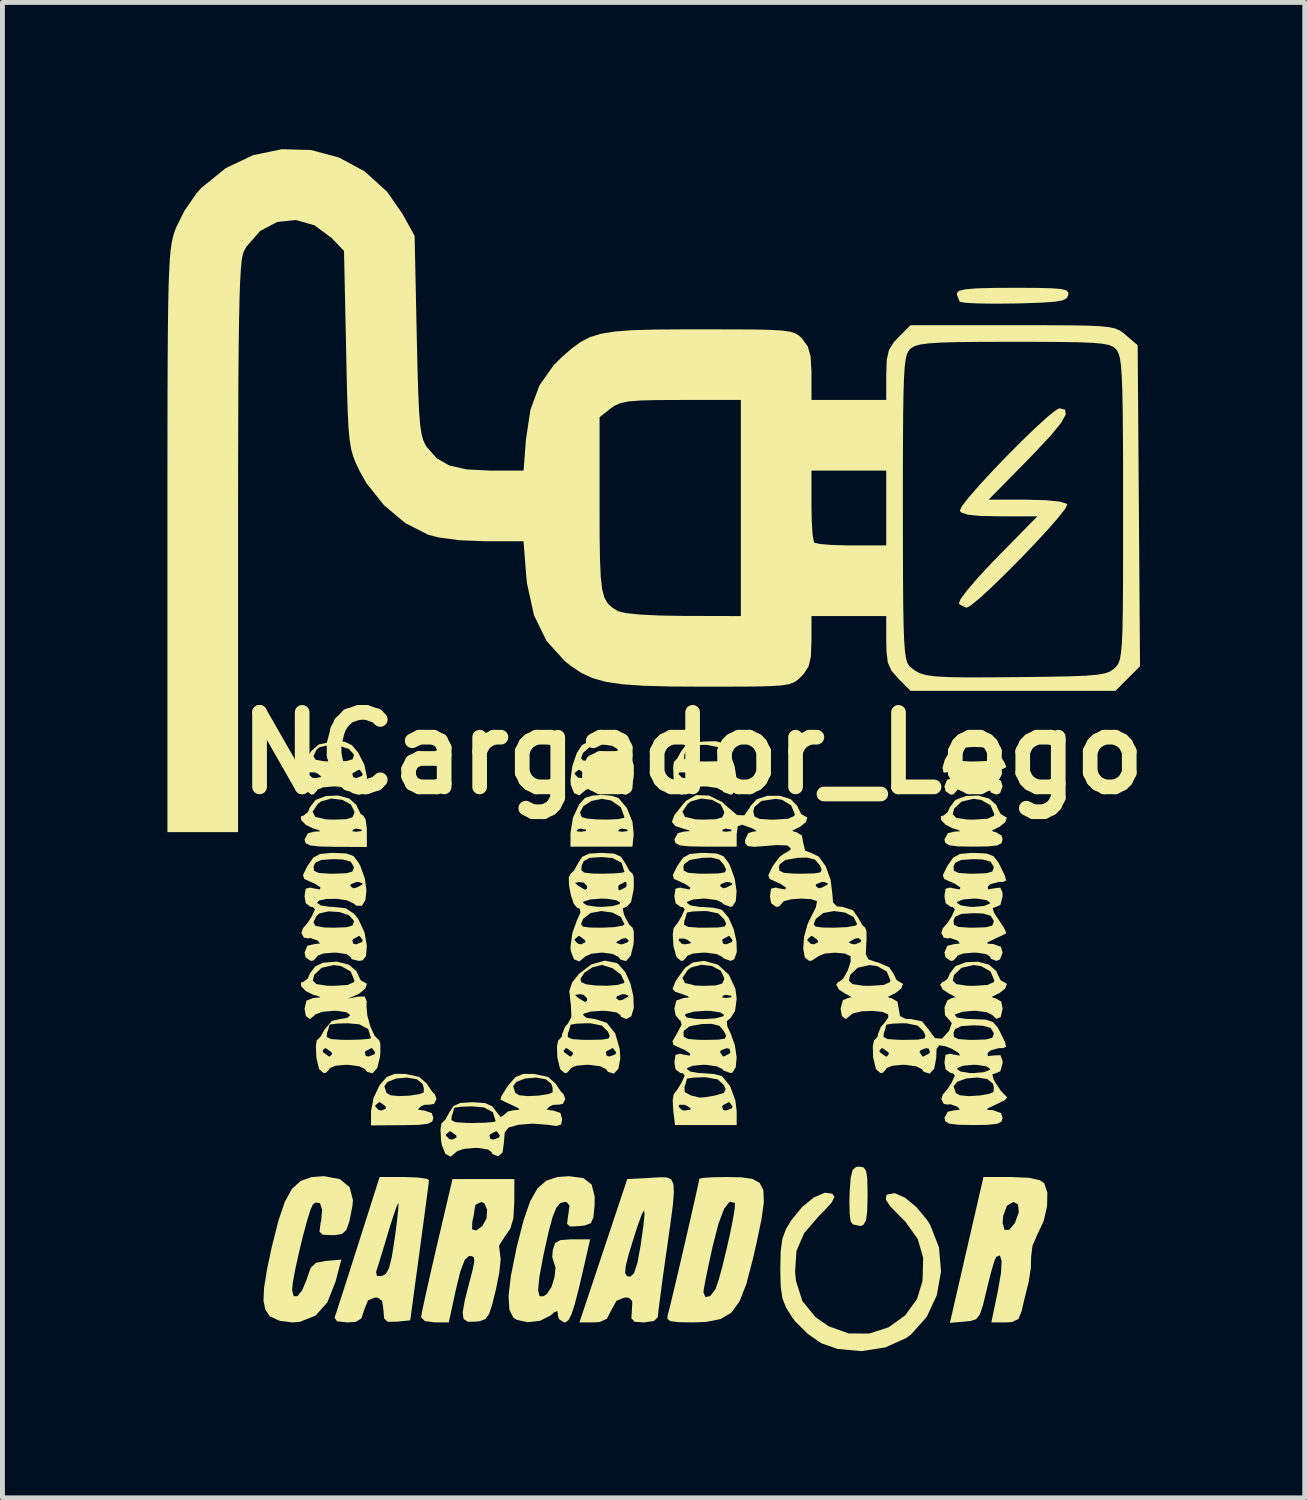
<source format=kicad_pcb>
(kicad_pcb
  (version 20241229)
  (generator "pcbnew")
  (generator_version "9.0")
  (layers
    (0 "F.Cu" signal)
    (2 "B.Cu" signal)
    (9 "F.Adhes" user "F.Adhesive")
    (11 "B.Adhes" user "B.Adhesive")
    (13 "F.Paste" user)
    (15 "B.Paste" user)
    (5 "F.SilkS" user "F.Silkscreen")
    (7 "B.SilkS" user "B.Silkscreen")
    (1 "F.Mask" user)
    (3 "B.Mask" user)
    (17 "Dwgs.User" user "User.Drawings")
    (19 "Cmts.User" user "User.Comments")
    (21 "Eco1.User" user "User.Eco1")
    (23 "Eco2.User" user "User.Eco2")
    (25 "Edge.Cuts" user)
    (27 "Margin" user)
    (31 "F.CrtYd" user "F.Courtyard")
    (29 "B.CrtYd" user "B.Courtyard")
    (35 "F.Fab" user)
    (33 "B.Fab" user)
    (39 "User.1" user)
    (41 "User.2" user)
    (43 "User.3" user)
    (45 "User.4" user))
  (footprint "UNCargador_Logo"
    (layer "F.Cu")
    (at 10.312 12.348)
    (property "Reference" "UNCargador_Logo" (at 0 0 0) (layer "F.SilkS") (effects (font (size 1.524 1.524) (thickness 0.3))))
    (attr board_only exclude_from_pos_files exclude_from_bom)
    (fp_poly (pts (xy 4.294 8.469) (xy 4.346 8.541) (xy 4.369 8.706) (xy 4.375 9.001) (xy 4.375 9.046) (xy 4.368 9.365) (xy 4.343 9.552) (xy 4.29 9.642) (xy 4.226 9.668) (xy 4.077 9.635) (xy 4.03 9.575) (xy 4.009 9.427) (xy 4.003 9.174) (xy 4.009 8.953) (xy 4.031 8.67) (xy 4.07 8.519) (xy 4.14 8.46) (xy 4.205 8.453)) (stroke (width 0) (type solid)) (fill yes) (layer "F.SilkS"))
    (fp_poly (pts (xy 7.818 -9.513) (xy 8.136 -9.505) (xy 8.336 -9.489) (xy 8.442 -9.46) (xy 8.48 -9.415) (xy 8.479 -9.366) (xy 8.449 -9.303) (xy 8.368 -9.259) (xy 8.21 -9.23) (xy 7.946 -9.211) (xy 7.548 -9.197) (xy 7.385 -9.193) (xy 6.975 -9.189) (xy 6.629 -9.194) (xy 6.38 -9.207) (xy 6.263 -9.227) (xy 6.26 -9.229) (xy 6.205 -9.36) (xy 6.201 -9.401) (xy 6.237 -9.449) (xy 6.359 -9.481) (xy 6.59 -9.502) (xy 6.95 -9.512) (xy 7.354 -9.514)) (stroke (width 0) (type solid)) (fill yes) (layer "F.SilkS"))
    (fp_poly (pts (xy 8.415 -7.021) (xy 8.427 -6.925) (xy 8.331 -6.752) (xy 8.119 -6.492) (xy 7.785 -6.135) (xy 7.68 -6.027) (xy 6.849 -5.182) (xy 7.625 -5.182) (xy 8.023 -5.172) (xy 8.306 -5.143) (xy 8.449 -5.098) (xy 8.458 -5.088) (xy 8.42 -5.002) (xy 8.281 -4.824) (xy 8.066 -4.577) (xy 7.798 -4.287) (xy 7.501 -3.977) (xy 7.197 -3.671) (xy 6.911 -3.393) (xy 6.667 -3.169) (xy 6.486 -3.021) (xy 6.399 -2.973) (xy 6.262 -3.036) (xy 6.241 -3.062) (xy 6.278 -3.152) (xy 6.415 -3.336) (xy 6.634 -3.59) (xy 6.914 -3.891) (xy 7.017 -3.997) (xy 7.847 -4.842) (xy 7.076 -4.842) (xy 6.676 -4.85) (xy 6.422 -4.875) (xy 6.29 -4.921) (xy 6.26 -4.957) (xy 6.304 -5.05) (xy 6.447 -5.234) (xy 6.666 -5.485) (xy 6.937 -5.778) (xy 7.236 -6.089) (xy 7.539 -6.393) (xy 7.821 -6.665) (xy 8.06 -6.882) (xy 8.231 -7.017) (xy 8.3 -7.051)) (stroke (width 0) (type solid)) (fill yes) (layer "F.SilkS"))
    (fp_poly (pts (xy -0.85 0.872) (xy -0.72 0.915) (xy -0.547 1.12) (xy -0.431 1.406) (xy -0.407 1.657) (xy -0.432 1.911) (xy -1.699 1.911) (xy -1.699 1.634) (xy -1.693 1.594) (xy -1.577 1.594) (xy -1.494 1.607) (xy -1.398 1.594) (xy -0.728 1.594) (xy -0.644 1.607) (xy -0.534 1.592) (xy -0.533 1.563) (xy -0.646 1.542) (xy -0.696 1.556) (xy -0.728 1.594) (xy -1.398 1.594) (xy -1.384 1.592) (xy -1.382 1.563) (xy -1.496 1.542) (xy -1.545 1.556) (xy -1.577 1.594) (xy -1.693 1.594) (xy -1.649 1.321) (xy -1.598 1.211) (xy -1.505 1.211) (xy -1.469 1.306) (xy -1.365 1.336) (xy -1.165 1.354) (xy -0.932 1.358) (xy -0.725 1.348) (xy -0.605 1.323) (xy -0.595 1.311) (xy -0.67 1.104) (xy -0.867 0.968) (xy -1.062 0.934) (xy -1.273 0.978) (xy -1.434 1.082) (xy -1.505 1.211) (xy -1.598 1.211) (xy -1.521 1.045) (xy -1.402 0.915) (xy -1.261 0.869) (xy -1.062 0.852)) (stroke (width 0) (type solid)) (fill yes) (layer "F.SilkS"))
    (fp_poly (pts (xy 0.269 8.673) (xy 0.359 8.712) (xy 0.406 8.81) (xy 0.415 8.988) (xy 0.391 9.268) (xy 0.337 9.672) (xy 0.259 10.222) (xy 0.256 10.239) (xy 0.195 10.675) (xy 0.144 11.055) (xy 0.106 11.344) (xy 0.088 11.51) (xy 0.086 11.532) (xy 0.009 11.608) (xy -0.193 11.638) (xy -0.198 11.638) (xy -0.388 11.625) (xy -0.454 11.554) (xy -0.443 11.383) (xy -0.435 11.203) (xy -0.505 11.135) (xy -0.589 11.128) (xy -0.758 11.196) (xy -0.862 11.383) (xy -0.955 11.564) (xy -1.104 11.631) (xy -1.234 11.638) (xy -1.516 11.638) (xy -1.178 10.626) (xy -0.582 10.626) (xy -0.546 10.69) (xy -0.478 10.704) (xy -0.399 10.632) (xy -0.328 10.411) (xy -0.265 10.063) (xy -0.208 9.661) (xy -0.184 9.422) (xy -0.194 9.344) (xy -0.24 9.424) (xy -0.324 9.658) (xy -0.388 9.854) (xy -0.506 10.235) (xy -0.569 10.483) (xy -0.582 10.626) (xy -1.178 10.626) (xy -1.027 10.173) (xy -0.538 8.707) (xy -0.057 8.682) (xy 0.132 8.67)) (stroke (width 0) (type solid)) (fill yes) (layer "F.SilkS"))
    (fp_poly (pts (xy 7.676 8.681) (xy 7.899 8.732) (xy 7.986 8.793) (xy 8.051 8.982) (xy 8.045 9.26) (xy 7.976 9.563) (xy 7.852 9.83) (xy 7.848 9.836) (xy 7.746 10.071) (xy 7.719 10.292) (xy 7.713 10.526) (xy 7.669 10.806) (xy 7.66 10.844) (xy 7.59 11.126) (xy 7.53 11.381) (xy 7.525 11.405) (xy 7.46 11.568) (xy 7.327 11.631) (xy 7.189 11.638) (xy 6.905 11.638) (xy 7.037 11.004) (xy 7.102 10.63) (xy 7.116 10.381) (xy 7.08 10.268) (xy 7.003 10.299) (xy 6.962 10.399) (xy 6.897 10.621) (xy 6.822 10.919) (xy 6.81 10.971) (xy 6.734 11.288) (xy 6.671 11.476) (xy 6.596 11.571) (xy 6.485 11.608) (xy 6.362 11.621) (xy 6.058 11.647) (xy 6.401 10.156) (xy 6.528 9.606) (xy 7.136 9.606) (xy 7.176 9.747) (xy 7.273 9.745) (xy 7.388 9.605) (xy 7.467 9.383) (xy 7.45 9.226) (xy 7.357 9.175) (xy 7.225 9.251) (xy 7.148 9.456) (xy 7.136 9.606) (xy 6.528 9.606) (xy 6.744 8.665) (xy 7.312 8.665)) (stroke (width 0) (type solid)) (fill yes) (layer "F.SilkS"))
    (fp_poly (pts (xy 6.861 0.928) (xy 7.009 1.06) (xy 7.027 1.108) (xy 7.095 1.244) (xy 7.146 1.274) (xy 7.223 1.317) (xy 7.189 1.413) (xy 7.066 1.51) (xy 7.03 1.526) (xy 6.914 1.584) (xy 6.955 1.607) (xy 6.987 1.609) (xy 7.113 1.683) (xy 7.136 1.763) (xy 7.113 1.842) (xy 7.021 1.887) (xy 6.825 1.907) (xy 6.541 1.911) (xy 6.226 1.906) (xy 6.045 1.883) (xy 5.963 1.834) (xy 5.946 1.763) (xy 6.017 1.636) (xy 6.138 1.606) (xy 6.267 1.596) (xy 6.239 1.573) (xy 6.123 1.54) (xy 5.973 1.466) (xy 5.879 1.369) (xy 5.872 1.292) (xy 5.93 1.274) (xy 5.96 1.249) (xy 6.116 1.249) (xy 6.188 1.323) (xy 6.409 1.356) (xy 6.541 1.359) (xy 6.825 1.341) (xy 6.955 1.283) (xy 6.966 1.249) (xy 6.89 1.067) (xy 6.695 0.955) (xy 6.541 0.934) (xy 6.296 0.99) (xy 6.144 1.135) (xy 6.116 1.249) (xy 5.96 1.249) (xy 6.015 1.204) (xy 6.055 1.108) (xy 6.171 0.957) (xy 6.384 0.876) (xy 6.633 0.866)) (stroke (width 0) (type solid)) (fill yes) (layer "F.SilkS"))
    (fp_poly (pts (xy -6.415 8.707) (xy -6.214 8.874) (xy -6.146 9.137) (xy -6.157 9.257) (xy -6.218 9.568) (xy -6.281 9.747) (xy -6.372 9.83) (xy -6.515 9.853) (xy -6.58 9.854) (xy -6.766 9.845) (xy -6.83 9.783) (xy -6.81 9.619) (xy -6.796 9.556) (xy -6.776 9.332) (xy -6.821 9.199) (xy -6.915 9.188) (xy -6.966 9.229) (xy -7.017 9.342) (xy -7.089 9.576) (xy -7.172 9.886) (xy -7.254 10.227) (xy -7.326 10.554) (xy -7.375 10.821) (xy -7.391 10.972) (xy -7.359 11.103) (xy -7.282 11.101) (xy -7.186 10.984) (xy -7.097 10.773) (xy -7.087 10.739) (xy -7.01 10.522) (xy -6.903 10.42) (xy -6.709 10.382) (xy -6.689 10.38) (xy -6.384 10.354) (xy -6.502 10.805) (xy -6.669 11.227) (xy -6.911 11.499) (xy -7.234 11.627) (xy -7.389 11.638) (xy -7.648 11.604) (xy -7.838 11.517) (xy -7.852 11.505) (xy -7.937 11.378) (xy -7.975 11.198) (xy -7.964 10.936) (xy -7.905 10.564) (xy -7.805 10.094) (xy -7.67 9.558) (xy -7.538 9.17) (xy -7.392 8.906) (xy -7.216 8.746) (xy -6.994 8.667) (xy -6.738 8.648)) (stroke (width 0) (type solid)) (fill yes) (layer "F.SilkS"))
    (fp_poly (pts (xy -2.848 9.191) (xy -2.867 9.514) (xy -2.931 9.728) (xy -3.033 9.871) (xy -3.159 10.067) (xy -3.145 10.194) (xy -3.126 10.347) (xy -3.155 10.624) (xy -3.222 10.959) (xy -3.301 11.281) (xy -3.366 11.472) (xy -3.44 11.57) (xy -3.546 11.61) (xy -3.639 11.622) (xy -3.798 11.624) (xy -3.884 11.57) (xy -3.903 11.434) (xy -3.86 11.187) (xy -3.78 10.874) (xy -3.7 10.567) (xy -3.665 10.39) (xy -3.674 10.306) (xy -3.727 10.281) (xy -3.773 10.279) (xy -3.859 10.357) (xy -3.95 10.594) (xy -4.04 10.959) (xy -4.187 11.638) (xy -4.472 11.638) (xy -4.678 11.61) (xy -4.753 11.533) (xy -4.753 11.532) (xy -4.733 11.417) (xy -4.68 11.167) (xy -4.601 10.812) (xy -4.503 10.382) (xy -4.43 10.067) (xy -4.352 9.735) (xy -3.711 9.735) (xy -3.624 9.758) (xy -3.5 9.667) (xy -3.416 9.512) (xy -3.403 9.334) (xy -3.458 9.203) (xy -3.525 9.175) (xy -3.639 9.232) (xy -3.654 9.281) (xy -3.676 9.445) (xy -3.706 9.578) (xy -3.711 9.735) (xy -4.352 9.735) (xy -4.111 8.707) (xy -2.846 8.707)) (stroke (width 0) (type solid)) (fill yes) (layer "F.SilkS"))
    (fp_poly (pts (xy -6.222 0.928) (xy -6.074 1.06) (xy -6.055 1.108) (xy -5.988 1.244) (xy -5.937 1.274) (xy -5.889 1.349) (xy -5.863 1.536) (xy -5.862 1.596) (xy -5.862 1.918) (xy -6.499 1.915) (xy -6.828 1.908) (xy -7.021 1.886) (xy -7.112 1.842) (xy -7.136 1.766) (xy -7.136 1.763) (xy -7.065 1.636) (xy -6.945 1.606) (xy -6.815 1.596) (xy -6.818 1.594) (xy -6.164 1.594) (xy -6.081 1.607) (xy -5.971 1.592) (xy -5.969 1.563) (xy -6.083 1.542) (xy -6.132 1.556) (xy -6.164 1.594) (xy -6.818 1.594) (xy -6.843 1.573) (xy -6.96 1.54) (xy -7.109 1.466) (xy -7.204 1.369) (xy -7.21 1.292) (xy -7.153 1.274) (xy -7.067 1.204) (xy -7.064 1.196) (xy -6.971 1.196) (xy -6.918 1.301) (xy -6.705 1.353) (xy -6.541 1.359) (xy -6.285 1.35) (xy -6.158 1.311) (xy -6.118 1.226) (xy -6.116 1.198) (xy -6.189 1.048) (xy -6.366 0.954) (xy -6.588 0.928) (xy -6.795 0.984) (xy -6.864 1.036) (xy -6.971 1.196) (xy -7.064 1.196) (xy -7.027 1.108) (xy -6.911 0.957) (xy -6.699 0.876) (xy -6.449 0.866)) (stroke (width 0) (type solid)) (fill yes) (layer "F.SilkS"))
    (fp_poly (pts (xy -4.827 8.675) (xy -4.645 8.7) (xy -4.591 8.729) (xy -4.603 8.83) (xy -4.635 9.071) (xy -4.681 9.421) (xy -4.739 9.852) (xy -4.785 10.194) (xy -4.975 11.596) (xy -5.248 11.622) (xy -5.436 11.626) (xy -5.51 11.554) (xy -5.522 11.389) (xy -5.547 11.2) (xy -5.642 11.132) (xy -5.694 11.128) (xy -5.838 11.187) (xy -5.917 11.383) (xy -5.917 11.383) (xy -5.974 11.557) (xy -6.089 11.627) (xy -6.264 11.638) (xy -6.471 11.615) (xy -6.522 11.542) (xy -6.519 11.532) (xy -6.481 11.419) (xy -6.401 11.173) (xy -6.289 10.823) (xy -6.219 10.606) (xy -5.674 10.606) (xy -5.654 10.69) (xy -5.557 10.69) (xy -5.473 10.646) (xy -5.409 10.528) (xy -5.353 10.306) (xy -5.296 9.947) (xy -5.295 9.94) (xy -5.251 9.612) (xy -5.223 9.356) (xy -5.214 9.213) (xy -5.217 9.196) (xy -5.25 9.26) (xy -5.317 9.45) (xy -5.406 9.73) (xy -5.436 9.832) (xy -5.533 10.155) (xy -5.615 10.423) (xy -5.667 10.587) (xy -5.674 10.606) (xy -6.219 10.606) (xy -6.153 10.398) (xy -6.04 10.045) (xy -5.601 8.665) (xy -5.094 8.665)) (stroke (width 0) (type solid)) (fill yes) (layer "F.SilkS"))
    (fp_poly (pts (xy 1.794 8.671) (xy 2.021 8.704) (xy 2.169 8.785) (xy 2.245 8.935) (xy 2.255 9.174) (xy 2.207 9.524) (xy 2.107 10.006) (xy 2.027 10.354) (xy 1.897 10.852) (xy 1.759 11.205) (xy 1.591 11.437) (xy 1.369 11.57) (xy 1.072 11.628) (xy 0.808 11.638) (xy 0.507 11.633) (xy 0.343 11.612) (xy 0.282 11.565) (xy 0.289 11.489) (xy 0.322 11.363) (xy 0.383 11.112) (xy 0.404 11.023) (xy 1.019 11.023) (xy 1.061 11.122) (xy 1.157 11.099) (xy 1.258 10.97) (xy 1.274 10.937) (xy 1.335 10.755) (xy 1.41 10.48) (xy 1.489 10.155) (xy 1.564 9.821) (xy 1.624 9.522) (xy 1.66 9.299) (xy 1.663 9.195) (xy 1.662 9.194) (xy 1.554 9.171) (xy 1.443 9.313) (xy 1.326 9.623) (xy 1.209 10.079) (xy 1.129 10.443) (xy 1.065 10.75) (xy 1.027 10.959) (xy 1.019 11.023) (xy 0.404 11.023) (xy 0.464 10.771) (xy 0.557 10.374) (xy 0.654 9.955) (xy 0.748 9.548) (xy 0.83 9.186) (xy 0.893 8.903) (xy 0.929 8.734) (xy 0.934 8.702) (xy 1.012 8.683) (xy 1.214 8.67) (xy 1.481 8.665)) (stroke (width 0) (type solid)) (fill yes) (layer "F.SilkS"))
    (fp_poly (pts (xy -5.075 6.558) (xy -4.791 6.619) (xy -4.638 6.754) (xy -4.533 6.912) (xy -4.47 6.978) (xy -4.438 7.072) (xy -4.488 7.17) (xy -4.575 7.186) (xy -4.576 7.185) (xy -4.692 7.191) (xy -4.761 7.225) (xy -4.821 7.284) (xy -4.729 7.304) (xy -4.693 7.304) (xy -4.535 7.359) (xy -4.502 7.454) (xy -4.524 7.531) (xy -4.613 7.577) (xy -4.802 7.599) (xy -5.126 7.606) (xy -5.14 7.606) (xy -5.777 7.61) (xy -5.777 7.322) (xy -5.758 7.221) (xy -5.692 7.221) (xy -5.622 7.295) (xy -5.559 7.306) (xy -5.471 7.265) (xy -5.479 7.221) (xy -5.588 7.139) (xy -5.612 7.136) (xy -5.689 7.201) (xy -5.692 7.221) (xy -5.758 7.221) (xy -5.725 7.049) (xy -5.612 6.81) (xy -5.505 6.81) (xy -5.458 6.948) (xy -5.378 6.994) (xy -5.208 7.011) (xy -4.984 7.001) (xy -4.785 6.97) (xy -4.698 6.935) (xy -4.699 6.842) (xy -4.723 6.761) (xy -4.838 6.667) (xy -5.04 6.632) (xy -5.263 6.652) (xy -5.44 6.722) (xy -5.505 6.81) (xy -5.612 6.81) (xy -5.602 6.789) (xy -5.598 6.783) (xy -5.454 6.619) (xy -5.293 6.556)) (stroke (width 0) (type solid)) (fill yes) (layer "F.SilkS"))
    (fp_poly (pts (xy 3.655 9.006) (xy 3.697 9.072) (xy 3.645 9.182) (xy 3.481 9.363) (xy 3.38 9.462) (xy 3.077 9.815) (xy 2.921 10.178) (xy 2.893 10.602) (xy 2.911 10.787) (xy 3.041 11.2) (xy 3.314 11.533) (xy 3.579 11.717) (xy 3.991 11.864) (xy 4.412 11.865) (xy 4.807 11.737) (xy 5.143 11.495) (xy 5.387 11.157) (xy 5.499 10.787) (xy 5.512 10.319) (xy 5.401 9.933) (xy 5.148 9.579) (xy 5.047 9.478) (xy 4.839 9.265) (xy 4.748 9.129) (xy 4.758 9.043) (xy 4.779 9.022) (xy 4.932 8.995) (xy 5.141 9.088) (xy 5.37 9.277) (xy 5.587 9.537) (xy 5.657 9.648) (xy 5.835 10.105) (xy 5.877 10.597) (xy 5.79 11.084) (xy 5.584 11.526) (xy 5.267 11.881) (xy 5.162 11.959) (xy 4.735 12.15) (xy 4.247 12.225) (xy 3.76 12.18) (xy 3.427 12.063) (xy 3.157 11.876) (xy 2.902 11.624) (xy 2.833 11.534) (xy 2.706 11.331) (xy 2.633 11.14) (xy 2.599 10.901) (xy 2.591 10.555) (xy 2.591 10.535) (xy 2.599 10.176) (xy 2.633 9.927) (xy 2.707 9.729) (xy 2.814 9.551) (xy 3.038 9.277) (xy 3.28 9.081) (xy 3.502 8.986)) (stroke (width 0) (type solid)) (fill yes) (layer "F.SilkS"))
    (fp_poly (pts (xy 6.791 -0.226) (xy 6.963 -0.11) (xy 7.054 0.005) (xy 7.166 0.177) (xy 7.211 0.277) (xy 7.209 0.286) (xy 7.117 0.332) (xy 6.966 0.402) (xy 6.822 0.472) (xy 6.829 0.497) (xy 6.945 0.504) (xy 7.101 0.561) (xy 7.136 0.68) (xy 7.083 0.818) (xy 7.008 0.849) (xy 6.895 0.804) (xy 6.881 0.765) (xy 6.806 0.711) (xy 6.617 0.682) (xy 6.541 0.68) (xy 6.328 0.698) (xy 6.21 0.746) (xy 6.201 0.765) (xy 6.133 0.84) (xy 6.074 0.849) (xy 5.97 0.779) (xy 5.946 0.68) (xy 6.003 0.541) (xy 6.138 0.508) (xy 6.26 0.494) (xy 6.228 0.444) (xy 6.205 0.429) (xy 6.067 0.381) (xy 6.02 0.389) (xy 5.928 0.398) (xy 5.907 0.298) (xy 5.954 0.134) (xy 6.019 0.021) (xy 6.133 0.021) (xy 6.14 0.109) (xy 6.233 0.154) (xy 6.446 0.169) (xy 6.541 0.17) (xy 6.799 0.161) (xy 6.924 0.127) (xy 6.954 0.054) (xy 6.95 0.021) (xy 6.889 -0.076) (xy 6.73 -0.12) (xy 6.541 -0.127) (xy 6.29 -0.111) (xy 6.166 -0.052) (xy 6.133 0.021) (xy 6.019 0.021) (xy 6.032 -0.001) (xy 6.197 -0.179) (xy 6.396 -0.248) (xy 6.541 -0.255)) (stroke (width 0) (type solid)) (fill yes) (layer "F.SilkS"))
    (fp_poly (pts (xy -1.435 8.687) (xy -1.266 8.819) (xy -1.204 9.068) (xy -1.206 9.252) (xy -1.23 9.491) (xy -1.285 9.61) (xy -1.407 9.656) (xy -1.516 9.669) (xy -1.706 9.677) (xy -1.769 9.622) (xy -1.748 9.46) (xy -1.743 9.435) (xy -1.72 9.25) (xy -1.775 9.18) (xy -1.822 9.175) (xy -1.911 9.2) (xy -1.988 9.293) (xy -2.062 9.476) (xy -2.144 9.775) (xy -2.241 10.214) (xy -2.259 10.301) (xy -2.336 10.713) (xy -2.361 10.976) (xy -2.332 11.102) (xy -2.249 11.103) (xy -2.178 11.053) (xy -2.088 10.916) (xy -2.026 10.715) (xy -2.004 10.522) (xy -2.038 10.407) (xy -2.042 10.405) (xy -2.072 10.304) (xy -2.06 10.154) (xy -2.013 10.017) (xy -1.906 9.955) (xy -1.688 9.939) (xy -1.658 9.939) (xy -1.297 9.939) (xy -1.418 10.47) (xy -1.527 10.939) (xy -1.611 11.265) (xy -1.678 11.474) (xy -1.738 11.589) (xy -1.798 11.634) (xy -1.83 11.638) (xy -1.936 11.569) (xy -1.954 11.498) (xy -1.966 11.404) (xy -2.031 11.43) (xy -2.109 11.498) (xy -2.319 11.604) (xy -2.577 11.634) (xy -2.804 11.583) (xy -2.871 11.536) (xy -2.949 11.374) (xy -2.965 11.097) (xy -2.918 10.692) (xy -2.808 10.144) (xy -2.793 10.077) (xy -2.656 9.544) (xy -2.522 9.159) (xy -2.374 8.898) (xy -2.196 8.741) (xy -1.97 8.665) (xy -1.729 8.648)) (stroke (width 0) (type solid)) (fill yes) (layer "F.SilkS"))
    (fp_poly (pts (xy -6.322 -0.237) (xy -6.167 -0.163) (xy -6.04 -0.013) (xy -5.915 0.232) (xy -5.859 0.485) (xy -5.874 0.7) (xy -5.96 0.83) (xy -6.031 0.849) (xy -6.169 0.814) (xy -6.201 0.765) (xy -6.277 0.711) (xy -6.465 0.682) (xy -6.541 0.68) (xy -6.754 0.698) (xy -6.872 0.746) (xy -6.881 0.765) (xy -6.949 0.841) (xy -6.999 0.849) (xy -7.093 0.77) (xy -7.153 0.553) (xy -7.156 0.531) (xy -7.162 0.427) (xy -7.051 0.427) (xy -6.982 0.5) (xy -6.923 0.51) (xy -6.81 0.492) (xy -6.796 0.476) (xy -6.859 0.425) (xy -6.159 0.425) (xy -6.14 0.497) (xy -6.079 0.51) (xy -5.963 0.465) (xy -5.946 0.425) (xy -6.007 0.342) (xy -6.026 0.34) (xy -6.141 0.402) (xy -6.159 0.425) (xy -6.859 0.425) (xy -6.862 0.422) (xy -6.923 0.394) (xy -7.033 0.392) (xy -7.051 0.427) (xy -7.162 0.427) (xy -7.169 0.314) (xy -7.152 0.181) (xy -7.144 0.17) (xy -7.066 0.068) (xy -7.063 0.062) (xy -6.954 0.062) (xy -6.91 0.135) (xy -6.739 0.165) (xy -6.535 0.17) (xy -6.279 0.161) (xy -6.156 0.126) (xy -6.128 0.051) (xy -6.132 0.021) (xy -6.227 -0.084) (xy -6.421 -0.149) (xy -6.645 -0.164) (xy -6.83 -0.122) (xy -6.892 -0.07) (xy -6.954 0.062) (xy -7.063 0.062) (xy -7 -0.042) (xy -6.845 -0.178) (xy -6.563 -0.238)) (stroke (width 0) (type solid)) (fill yes) (layer "F.SilkS"))
    (fp_poly (pts (xy -0.808 -0.24) (xy -0.668 -0.178) (xy -0.58 -0.043) (xy -0.579 -0.042) (xy -0.492 0.113) (xy -0.43 0.17) (xy -0.405 0.245) (xy -0.404 0.432) (xy -0.41 0.51) (xy -0.466 0.742) (xy -0.563 0.853) (xy -0.676 0.823) (xy -0.722 0.765) (xy -0.835 0.707) (xy -1.04 0.68) (xy -1.062 0.68) (xy -1.272 0.702) (xy -1.397 0.758) (xy -1.402 0.765) (xy -1.518 0.863) (xy -1.626 0.816) (xy -1.692 0.649) (xy -1.699 0.548) (xy -1.683 0.425) (xy -1.614 0.425) (xy -1.545 0.499) (xy -1.482 0.51) (xy -1.394 0.469) (xy -1.402 0.425) (xy -0.722 0.425) (xy -0.703 0.497) (xy -0.642 0.51) (xy -0.526 0.465) (xy -0.51 0.425) (xy -0.571 0.342) (xy -0.59 0.34) (xy -0.705 0.402) (xy -0.722 0.425) (xy -1.402 0.425) (xy -1.51 0.343) (xy -1.534 0.34) (xy -1.612 0.405) (xy -1.614 0.425) (xy -1.683 0.425) (xy -1.66 0.259) (xy -1.604 0.097) (xy -1.484 0.097) (xy -1.448 0.147) (xy -1.303 0.167) (xy -1.065 0.17) (xy -0.808 0.164) (xy -0.637 0.149) (xy -0.595 0.134) (xy -0.666 -0.039) (xy -0.842 -0.148) (xy -1.067 -0.186) (xy -1.285 -0.142) (xy -1.44 -0.008) (xy -1.444 0) (xy -1.484 0.097) (xy -1.604 0.097) (xy -1.569 -0.004) (xy -1.466 -0.163) (xy -1.331 -0.236) (xy -1.1 -0.255) (xy -1.058 -0.255)) (stroke (width 0) (type solid)) (fill yes) (layer "F.SilkS"))
    (fp_poly (pts (xy 1.42 -0.201) (xy 1.516 -0.081) (xy 1.563 0.009) (xy 1.657 0.267) (xy 1.697 0.524) (xy 1.681 0.732) (xy 1.609 0.843) (xy 1.577 0.849) (xy 1.432 0.798) (xy 1.402 0.765) (xy 1.29 0.71) (xy 1.079 0.681) (xy 1.014 0.68) (xy 0.803 0.699) (xy 0.687 0.746) (xy 0.68 0.765) (xy 0.611 0.841) (xy 0.561 0.849) (xy 0.468 0.769) (xy 0.413 0.536) (xy 0.41 0.51) (xy 0.406 0.427) (xy 0.51 0.427) (xy 0.579 0.5) (xy 0.637 0.51) (xy 0.75 0.492) (xy 0.765 0.476) (xy 0.702 0.425) (xy 1.402 0.425) (xy 1.421 0.497) (xy 1.482 0.51) (xy 1.598 0.465) (xy 1.614 0.425) (xy 1.553 0.342) (xy 1.534 0.34) (xy 1.419 0.402) (xy 1.402 0.425) (xy 0.702 0.425) (xy 0.698 0.422) (xy 0.637 0.394) (xy 0.528 0.392) (xy 0.51 0.427) (xy 0.406 0.427) (xy 0.4 0.297) (xy 0.414 0.179) (xy 0.424 0.17) (xy 0.478 0.113) (xy 0.624 0.113) (xy 0.71 0.154) (xy 0.919 0.169) (xy 1.056 0.17) (xy 1.324 0.166) (xy 1.456 0.143) (xy 1.483 0.089) (xy 1.444 0) (xy 1.322 -0.122) (xy 1.1 -0.168) (xy 1.016 -0.17) (xy 0.805 -0.162) (xy 0.688 -0.142) (xy 0.68 -0.134) (xy 0.653 -0.035) (xy 0.628 0.036) (xy 0.624 0.113) (xy 0.478 0.113) (xy 0.488 0.102) (xy 0.553 -0.021) (xy 0.646 -0.148) (xy 0.815 -0.213) (xy 1.032 -0.238) (xy 1.279 -0.244)) (stroke (width 0) (type solid)) (fill yes) (layer "F.SilkS"))
    (fp_poly (pts (xy -2.442 6.558) (xy -2.157 6.619) (xy -2.005 6.754) (xy -1.899 6.912) (xy -1.837 6.978) (xy -1.805 7.072) (xy -1.854 7.17) (xy -1.941 7.186) (xy -1.943 7.185) (xy -2.058 7.191) (xy -2.128 7.225) (xy -2.188 7.284) (xy -2.095 7.304) (xy -2.06 7.304) (xy -1.905 7.355) (xy -1.869 7.479) (xy -1.89 7.592) (xy -1.985 7.622) (xy -2.166 7.597) (xy -2.471 7.574) (xy -2.761 7.597) (xy -2.961 7.652) (xy -3.043 7.753) (xy -3.058 7.947) (xy -3.087 8.165) (xy -3.177 8.24) (xy -3.186 8.24) (xy -3.299 8.194) (xy -3.313 8.155) (xy -3.388 8.102) (xy -3.576 8.072) (xy -3.648 8.07) (xy -3.874 8.09) (xy -4.019 8.139) (xy -4.035 8.155) (xy -4.148 8.249) (xy -4.255 8.194) (xy -4.33 8.01) (xy -4.347 7.9) (xy -4.35 7.815) (xy -4.247 7.815) (xy -4.178 7.89) (xy -4.115 7.9) (xy -4.027 7.859) (xy -4.035 7.815) (xy -3.356 7.815) (xy -3.336 7.888) (xy -3.276 7.9) (xy -3.159 7.856) (xy -3.143 7.815) (xy -3.204 7.733) (xy -3.223 7.73) (xy -3.338 7.792) (xy -3.356 7.815) (xy -4.035 7.815) (xy -4.144 7.734) (xy -4.168 7.73) (xy -4.245 7.795) (xy -4.247 7.815) (xy -4.35 7.815) (xy -4.356 7.688) (xy -4.338 7.57) (xy -4.327 7.561) (xy -4.269 7.503) (xy -4.133 7.503) (xy -4.047 7.544) (xy -3.837 7.559) (xy -3.704 7.561) (xy -3.446 7.555) (xy -3.273 7.54) (xy -3.228 7.525) (xy -3.286 7.339) (xy -3.47 7.242) (xy -3.704 7.221) (xy -3.929 7.228) (xy -4.062 7.246) (xy -4.078 7.256) (xy -4.104 7.356) (xy -4.129 7.426) (xy -4.133 7.503) (xy -4.269 7.503) (xy -4.258 7.492) (xy -4.178 7.348) (xy -4.089 7.213) (xy -3.95 7.151) (xy -3.7 7.136) (xy -3.442 7.154) (xy -3.293 7.223) (xy -3.217 7.327) (xy -3.129 7.44) (xy -3.079 7.412) (xy -2.976 7.324) (xy -2.86 7.3) (xy -2.741 7.29) (xy -2.767 7.256) (xy -2.888 7.198) (xy -3.055 7.121) (xy -3.131 7.082) (xy -3.107 7.007) (xy -3.009 6.848) (xy -2.983 6.81) (xy -2.871 6.81) (xy -2.825 6.948) (xy -2.744 6.994) (xy -2.574 7.011) (xy -2.35 7.001) (xy -2.152 6.97) (xy -2.064 6.935) (xy -2.065 6.842) (xy -2.09 6.761) (xy -2.204 6.667) (xy -2.406 6.632) (xy -2.629 6.652) (xy -2.807 6.722) (xy -2.871 6.81) (xy -2.983 6.81) (xy -2.974 6.796) (xy -2.826 6.624) (xy -2.667 6.557)) (stroke (width 0) (type solid)) (fill yes) (layer "F.SilkS"))
    (fp_poly (pts (xy -6.227 4.325) (xy -6.073 4.46) (xy -6.055 4.506) (xy -5.988 4.642) (xy -5.937 4.672) (xy -5.86 4.716) (xy -5.895 4.814) (xy -6.019 4.916) (xy -6.053 4.932) (xy -6.244 5.017) (xy -6.047 4.978) (xy -5.906 4.974) (xy -5.865 5.072) (xy -5.869 5.167) (xy -5.852 5.365) (xy -5.79 5.588) (xy -5.705 5.774) (xy -5.62 5.861) (xy -5.612 5.862) (xy -5.587 5.936) (xy -5.586 6.124) (xy -5.592 6.201) (xy -5.648 6.434) (xy -5.745 6.545) (xy -5.858 6.515) (xy -5.904 6.456) (xy -6.015 6.402) (xy -6.227 6.373) (xy -6.291 6.371) (xy -6.502 6.39) (xy -6.618 6.438) (xy -6.626 6.456) (xy -6.694 6.533) (xy -6.745 6.541) (xy -6.838 6.46) (xy -6.893 6.228) (xy -6.895 6.201) (xy -6.9 6.084) (xy -6.767 6.084) (xy -6.754 6.116) (xy -6.641 6.198) (xy -6.616 6.201) (xy -6.57 6.149) (xy -6.584 6.116) (xy -5.904 6.116) (xy -5.885 6.189) (xy -5.824 6.201) (xy -5.708 6.157) (xy -5.692 6.116) (xy -5.753 6.034) (xy -5.772 6.031) (xy -5.887 6.093) (xy -5.904 6.116) (xy -6.584 6.116) (xy -6.696 6.035) (xy -6.721 6.031) (xy -6.767 6.084) (xy -6.9 6.084) (xy -6.904 5.989) (xy -6.887 5.871) (xy -6.876 5.862) (xy -6.817 5.804) (xy -6.681 5.804) (xy -6.595 5.845) (xy -6.386 5.86) (xy -6.253 5.862) (xy -5.994 5.856) (xy -5.821 5.841) (xy -5.777 5.826) (xy -5.834 5.64) (xy -6.019 5.543) (xy -6.253 5.522) (xy -6.478 5.529) (xy -6.611 5.547) (xy -6.626 5.557) (xy -6.653 5.657) (xy -6.678 5.727) (xy -6.681 5.804) (xy -6.817 5.804) (xy -6.806 5.793) (xy -6.726 5.649) (xy -6.575 5.473) (xy -6.416 5.437) (xy -6.255 5.408) (xy -6.201 5.352) (xy -6.277 5.298) (xy -6.464 5.269) (xy -6.536 5.267) (xy -6.762 5.287) (xy -6.907 5.336) (xy -6.923 5.352) (xy -7.027 5.437) (xy -7.109 5.374) (xy -7.136 5.224) (xy -7.096 5.058) (xy -6.952 5.004) (xy -6.945 5.004) (xy -6.815 4.994) (xy -6.843 4.971) (xy -6.96 4.938) (xy -7.109 4.864) (xy -7.204 4.767) (xy -7.21 4.69) (xy -7.153 4.672) (xy -7.122 4.647) (xy -6.966 4.647) (xy -6.895 4.721) (xy -6.673 4.754) (xy -6.541 4.757) (xy -6.257 4.739) (xy -6.127 4.681) (xy -6.116 4.647) (xy -6.192 4.465) (xy -6.388 4.353) (xy -6.541 4.332) (xy -6.786 4.388) (xy -6.938 4.533) (xy -6.966 4.647) (xy -7.122 4.647) (xy -7.067 4.602) (xy -7.027 4.506) (xy -6.919 4.362) (xy -6.762 4.285) (xy -6.475 4.261)) (stroke (width 0) (type solid)) (fill yes) (layer "F.SilkS"))
    (fp_poly (pts (xy -6.275 2.051) (xy -6.13 2.108) (xy -6.029 2.241) (xy -5.995 2.307) (xy -5.902 2.564) (xy -5.87 2.808) (xy -5.892 3.005) (xy -5.963 3.12) (xy -6.075 3.119) (xy -6.141 3.068) (xy -6.272 3.008) (xy -6.475 2.979) (xy -6.686 2.98) (xy -6.84 3.013) (xy -6.881 3.058) (xy -6.806 3.112) (xy -6.618 3.141) (xy -6.547 3.143) (xy -6.294 3.171) (xy -6.124 3.282) (xy -6.037 3.39) (xy -5.908 3.668) (xy -5.862 3.942) (xy -5.879 4.15) (xy -5.95 4.236) (xy -6.031 4.247) (xy -6.169 4.212) (xy -6.201 4.163) (xy -6.277 4.109) (xy -6.465 4.08) (xy -6.541 4.078) (xy -6.754 4.096) (xy -6.872 4.143) (xy -6.881 4.163) (xy -6.95 4.238) (xy -7.008 4.247) (xy -7.112 4.177) (xy -7.136 4.078) (xy -7.08 3.939) (xy -6.945 3.906) (xy -6.822 3.892) (xy -6.855 3.842) (xy -6.877 3.827) (xy -6.889 3.823) (xy -6.159 3.823) (xy -6.14 3.895) (xy -6.079 3.908) (xy -5.963 3.863) (xy -5.946 3.823) (xy -6.007 3.74) (xy -6.026 3.738) (xy -6.141 3.8) (xy -6.159 3.823) (xy -6.889 3.823) (xy -7.015 3.779) (xy -7.062 3.787) (xy -7.149 3.773) (xy -7.2 3.675) (xy -7.169 3.58) (xy -7.168 3.58) (xy -7.072 3.469) (xy -7.066 3.46) (xy -6.954 3.46) (xy -6.91 3.533) (xy -6.739 3.563) (xy -6.535 3.568) (xy -6.279 3.559) (xy -6.156 3.524) (xy -6.128 3.449) (xy -6.132 3.419) (xy -6.227 3.314) (xy -6.421 3.249) (xy -6.645 3.234) (xy -6.83 3.276) (xy -6.892 3.328) (xy -6.954 3.46) (xy -7.066 3.46) (xy -6.986 3.334) (xy -6.923 3.193) (xy -6.964 3.146) (xy -7.008 3.143) (xy -7.111 3.069) (xy -7.136 2.925) (xy -7.113 2.771) (xy -7.019 2.747) (xy -6.966 2.761) (xy -6.822 2.786) (xy -6.81 2.746) (xy -6.855 2.716) (xy -6.201 2.716) (xy -6.139 2.762) (xy -6.074 2.749) (xy -5.962 2.689) (xy -5.946 2.667) (xy -6.016 2.637) (xy -6.074 2.633) (xy -6.187 2.678) (xy -6.201 2.716) (xy -6.855 2.716) (xy -6.92 2.671) (xy -7.006 2.634) (xy -7.142 2.572) (xy -7.168 2.495) (xy -7.095 2.341) (xy -7.08 2.315) (xy -6.95 2.315) (xy -6.942 2.403) (xy -6.85 2.448) (xy -6.636 2.463) (xy -6.541 2.464) (xy -6.283 2.455) (xy -6.158 2.421) (xy -6.128 2.347) (xy -6.133 2.315) (xy -6.193 2.218) (xy -6.352 2.174) (xy -6.541 2.166) (xy -6.792 2.183) (xy -6.917 2.242) (xy -6.95 2.315) (xy -7.08 2.315) (xy -7.07 2.297) (xy -6.958 2.137) (xy -6.821 2.061) (xy -6.595 2.04) (xy -6.526 2.039)) (stroke (width 0) (type solid)) (fill yes) (layer "F.SilkS"))
    (fp_poly (pts (xy 6.807 2.051) (xy 6.952 2.108) (xy 7.053 2.241) (xy 7.087 2.307) (xy 7.186 2.511) (xy 7.206 2.605) (xy 7.144 2.632) (xy 7.056 2.633) (xy 6.89 2.677) (xy 6.833 2.727) (xy 6.84 2.785) (xy 6.955 2.764) (xy 7.088 2.749) (xy 7.133 2.848) (xy 7.136 2.925) (xy 7.091 3.102) (xy 7.003 3.143) (xy 6.932 3.166) (xy 6.959 3.259) (xy 7.054 3.403) (xy 7.166 3.575) (xy 7.211 3.675) (xy 7.209 3.684) (xy 7.117 3.73) (xy 6.966 3.8) (xy 6.822 3.87) (xy 6.829 3.895) (xy 6.945 3.902) (xy 7.101 3.959) (xy 7.136 4.078) (xy 7.083 4.216) (xy 7.008 4.247) (xy 6.895 4.202) (xy 6.881 4.163) (xy 6.806 4.109) (xy 6.617 4.08) (xy 6.541 4.078) (xy 6.328 4.096) (xy 6.21 4.143) (xy 6.201 4.163) (xy 6.133 4.238) (xy 6.074 4.247) (xy 5.97 4.177) (xy 5.946 4.078) (xy 6.003 3.939) (xy 6.138 3.906) (xy 6.26 3.892) (xy 6.228 3.842) (xy 6.205 3.827) (xy 6.067 3.779) (xy 6.02 3.787) (xy 5.933 3.773) (xy 5.883 3.675) (xy 5.913 3.58) (xy 5.914 3.58) (xy 6.01 3.469) (xy 6.042 3.419) (xy 6.133 3.419) (xy 6.14 3.507) (xy 6.233 3.552) (xy 6.446 3.567) (xy 6.541 3.568) (xy 6.799 3.559) (xy 6.924 3.525) (xy 6.954 3.452) (xy 6.95 3.419) (xy 6.889 3.322) (xy 6.73 3.278) (xy 6.541 3.271) (xy 6.29 3.287) (xy 6.166 3.346) (xy 6.133 3.419) (xy 6.042 3.419) (xy 6.096 3.334) (xy 6.159 3.193) (xy 6.119 3.146) (xy 6.075 3.143) (xy 5.972 3.069) (xy 5.97 3.058) (xy 6.201 3.058) (xy 6.277 3.111) (xy 6.465 3.141) (xy 6.541 3.143) (xy 6.754 3.124) (xy 6.872 3.077) (xy 6.881 3.058) (xy 6.806 3.005) (xy 6.617 2.975) (xy 6.541 2.973) (xy 6.328 2.992) (xy 6.21 3.039) (xy 6.201 3.058) (xy 5.97 3.058) (xy 5.946 2.925) (xy 5.969 2.771) (xy 6.064 2.747) (xy 6.116 2.761) (xy 6.26 2.786) (xy 6.272 2.746) (xy 6.162 2.671) (xy 6.076 2.634) (xy 5.94 2.572) (xy 5.914 2.495) (xy 5.987 2.341) (xy 6.002 2.315) (xy 6.133 2.315) (xy 6.14 2.403) (xy 6.233 2.448) (xy 6.446 2.463) (xy 6.541 2.464) (xy 6.799 2.455) (xy 6.924 2.421) (xy 6.954 2.347) (xy 6.95 2.315) (xy 6.889 2.218) (xy 6.73 2.174) (xy 6.541 2.166) (xy 6.29 2.183) (xy 6.166 2.242) (xy 6.133 2.315) (xy 6.002 2.315) (xy 6.012 2.297) (xy 6.124 2.137) (xy 6.261 2.061) (xy 6.487 2.04) (xy 6.556 2.039)) (stroke (width 0) (type solid)) (fill yes) (layer "F.SilkS"))
    (fp_poly (pts (xy -0.753 4.291) (xy -0.72 4.313) (xy -0.577 4.478) (xy -0.472 4.713) (xy -0.413 4.971) (xy -0.405 5.209) (xy -0.455 5.379) (xy -0.557 5.437) (xy -0.667 5.389) (xy -0.68 5.352) (xy -0.756 5.301) (xy -0.948 5.271) (xy -1.062 5.267) (xy -1.29 5.284) (xy -1.427 5.326) (xy -1.444 5.352) (xy -1.37 5.412) (xy -1.193 5.437) (xy -1.191 5.437) (xy -0.956 5.514) (xy -0.784 5.729) (xy -0.691 6.054) (xy -0.68 6.24) (xy -0.718 6.451) (xy -0.812 6.551) (xy -0.929 6.517) (xy -0.977 6.456) (xy -1.088 6.402) (xy -1.3 6.373) (xy -1.364 6.371) (xy -1.575 6.39) (xy -1.691 6.438) (xy -1.699 6.456) (xy -1.767 6.533) (xy -1.817 6.541) (xy -1.91 6.46) (xy -1.966 6.228) (xy -1.968 6.201) (xy -1.972 6.084) (xy -1.84 6.084) (xy -1.826 6.116) (xy -1.714 6.198) (xy -1.689 6.201) (xy -1.643 6.149) (xy -1.657 6.116) (xy -0.977 6.116) (xy -0.958 6.189) (xy -0.897 6.201) (xy -0.781 6.157) (xy -0.765 6.116) (xy -0.826 6.034) (xy -0.844 6.031) (xy -0.96 6.093) (xy -0.977 6.116) (xy -1.657 6.116) (xy -1.769 6.035) (xy -1.794 6.031) (xy -1.84 6.084) (xy -1.972 6.084) (xy -1.974 5.989) (xy -1.949 5.871) (xy -1.935 5.862) (xy -1.885 5.804) (xy -1.754 5.804) (xy -1.668 5.845) (xy -1.46 5.86) (xy -1.323 5.862) (xy -1.054 5.857) (xy -0.923 5.835) (xy -0.896 5.781) (xy -0.934 5.692) (xy -1.057 5.57) (xy -1.278 5.524) (xy -1.362 5.522) (xy -1.574 5.53) (xy -1.691 5.55) (xy -1.699 5.557) (xy -1.725 5.657) (xy -1.751 5.727) (xy -1.754 5.804) (xy -1.885 5.804) (xy -1.875 5.793) (xy -1.869 5.745) (xy -1.809 5.593) (xy -1.753 5.531) (xy -1.68 5.395) (xy -1.69 5.152) (xy -1.698 5.102) (xy -1.714 4.942) (xy -1.606 4.942) (xy -1.545 5.001) (xy -1.529 5.012) (xy -1.401 5.086) (xy -1.362 5.064) (xy -1.359 5.012) (xy -1.362 5.009) (xy -0.765 5.009) (xy -0.702 5.056) (xy -0.637 5.043) (xy -0.525 4.982) (xy -0.51 4.96) (xy -0.579 4.931) (xy -0.637 4.927) (xy -0.75 4.972) (xy -0.765 5.009) (xy -1.362 5.009) (xy -1.429 4.941) (xy -1.508 4.928) (xy -1.606 4.942) (xy -1.714 4.942) (xy -1.722 4.863) (xy -1.666 4.688) (xy -1.606 4.613) (xy -1.493 4.613) (xy -1.482 4.679) (xy -1.379 4.725) (xy -1.181 4.75) (xy -0.946 4.755) (xy -0.735 4.738) (xy -0.609 4.7) (xy -0.595 4.678) (xy -0.667 4.527) (xy -0.839 4.396) (xy -1.043 4.333) (xy -1.062 4.332) (xy -1.251 4.378) (xy -1.413 4.486) (xy -1.493 4.613) (xy -1.606 4.613) (xy -1.521 4.508) (xy -1.271 4.318) (xy -0.997 4.242)) (stroke (width 0) (type solid)) (fill yes) (layer "F.SilkS"))
    (fp_poly (pts (xy 1.286 2.051) (xy 1.43 2.108) (xy 1.531 2.241) (xy 1.565 2.307) (xy 1.658 2.563) (xy 1.697 2.82) (xy 1.681 3.027) (xy 1.608 3.136) (xy 1.577 3.143) (xy 1.432 3.091) (xy 1.402 3.058) (xy 1.29 3.004) (xy 1.079 2.975) (xy 1.014 2.973) (xy 0.803 2.992) (xy 0.687 3.04) (xy 0.68 3.058) (xy 0.755 3.113) (xy 0.941 3.143) (xy 0.998 3.144) (xy 1.229 3.161) (xy 1.387 3.2) (xy 1.402 3.208) (xy 1.536 3.368) (xy 1.637 3.595) (xy 1.694 3.844) (xy 1.702 4.065) (xy 1.65 4.213) (xy 1.577 4.247) (xy 1.432 4.196) (xy 1.402 4.163) (xy 1.29 4.108) (xy 1.079 4.079) (xy 1.014 4.078) (xy 0.803 4.097) (xy 0.687 4.144) (xy 0.68 4.163) (xy 0.611 4.239) (xy 0.561 4.247) (xy 0.468 4.168) (xy 0.408 3.951) (xy 0.405 3.929) (xy 0.399 3.825) (xy 0.51 3.825) (xy 0.579 3.898) (xy 0.637 3.908) (xy 0.75 3.89) (xy 0.765 3.874) (xy 0.702 3.823) (xy 1.402 3.823) (xy 1.421 3.895) (xy 1.482 3.908) (xy 1.598 3.863) (xy 1.614 3.823) (xy 1.553 3.74) (xy 1.534 3.738) (xy 1.419 3.8) (xy 1.402 3.823) (xy 0.702 3.823) (xy 0.698 3.82) (xy 0.637 3.792) (xy 0.528 3.79) (xy 0.51 3.825) (xy 0.399 3.825) (xy 0.392 3.712) (xy 0.409 3.579) (xy 0.417 3.568) (xy 0.46 3.511) (xy 0.624 3.511) (xy 0.71 3.552) (xy 0.919 3.567) (xy 1.056 3.568) (xy 1.324 3.564) (xy 1.456 3.541) (xy 1.483 3.487) (xy 1.444 3.398) (xy 1.322 3.276) (xy 1.1 3.23) (xy 1.016 3.228) (xy 0.805 3.236) (xy 0.688 3.256) (xy 0.68 3.264) (xy 0.653 3.363) (xy 0.628 3.434) (xy 0.624 3.511) (xy 0.46 3.511) (xy 0.493 3.468) (xy 0.574 3.334) (xy 0.637 3.193) (xy 0.597 3.146) (xy 0.553 3.143) (xy 0.45 3.069) (xy 0.425 2.925) (xy 0.448 2.771) (xy 0.542 2.747) (xy 0.595 2.761) (xy 0.739 2.786) (xy 0.751 2.746) (xy 0.705 2.716) (xy 1.359 2.716) (xy 1.421 2.762) (xy 1.487 2.749) (xy 1.598 2.689) (xy 1.614 2.667) (xy 1.545 2.637) (xy 1.487 2.633) (xy 1.374 2.678) (xy 1.359 2.716) (xy 0.705 2.716) (xy 0.64 2.671) (xy 0.554 2.634) (xy 0.418 2.572) (xy 0.393 2.495) (xy 0.466 2.341) (xy 0.481 2.315) (xy 0.61 2.315) (xy 0.618 2.4) (xy 0.705 2.445) (xy 0.907 2.462) (xy 1.059 2.464) (xy 1.326 2.459) (xy 1.457 2.437) (xy 1.483 2.382) (xy 1.442 2.289) (xy 1.344 2.175) (xy 1.179 2.135) (xy 0.993 2.14) (xy 0.742 2.183) (xy 0.625 2.271) (xy 0.61 2.315) (xy 0.481 2.315) (xy 0.491 2.297) (xy 0.603 2.137) (xy 0.739 2.061) (xy 0.965 2.04) (xy 1.034 2.039)) (stroke (width 0) (type solid)) (fill yes) (layer "F.SilkS"))
    (fp_poly (pts (xy -0.811 2.053) (xy -0.67 2.114) (xy -0.582 2.246) (xy -0.579 2.251) (xy -0.492 2.407) (xy -0.43 2.464) (xy -0.405 2.538) (xy -0.404 2.726) (xy -0.41 2.803) (xy -0.461 3.045) (xy -0.548 3.142) (xy -0.559 3.143) (xy -0.631 3.174) (xy -0.607 3.292) (xy -0.579 3.356) (xy -0.492 3.511) (xy -0.43 3.568) (xy -0.405 3.643) (xy -0.404 3.83) (xy -0.41 3.908) (xy -0.466 4.14) (xy -0.563 4.251) (xy -0.676 4.221) (xy -0.722 4.163) (xy -0.835 4.105) (xy -1.04 4.078) (xy -1.062 4.078) (xy -1.272 4.1) (xy -1.397 4.156) (xy -1.402 4.163) (xy -1.519 4.259) (xy -1.628 4.213) (xy -1.693 4.047) (xy -1.699 3.96) (xy -1.68 3.823) (xy -1.614 3.823) (xy -1.545 3.897) (xy -1.482 3.908) (xy -1.41 3.874) (xy -0.765 3.874) (xy -0.695 3.904) (xy -0.637 3.908) (xy -0.524 3.863) (xy -0.51 3.825) (xy -0.572 3.779) (xy -0.637 3.792) (xy -0.749 3.852) (xy -0.765 3.874) (xy -1.41 3.874) (xy -1.394 3.867) (xy -1.402 3.823) (xy -1.51 3.741) (xy -1.534 3.738) (xy -1.612 3.803) (xy -1.614 3.823) (xy -1.68 3.823) (xy -1.659 3.675) (xy -1.595 3.495) (xy -1.484 3.495) (xy -1.448 3.545) (xy -1.303 3.565) (xy -1.065 3.568) (xy -0.808 3.557) (xy -0.637 3.528) (xy -0.595 3.5) (xy -0.666 3.351) (xy -0.844 3.258) (xy -1.069 3.228) (xy -1.286 3.268) (xy -1.436 3.384) (xy -1.444 3.398) (xy -1.484 3.495) (xy -1.595 3.495) (xy -1.572 3.429) (xy -1.495 3.257) (xy -1.51 3.181) (xy -1.564 3.16) (xy -1.632 3.078) (xy -1.638 3.058) (xy -1.444 3.058) (xy -1.368 3.109) (xy -1.176 3.139) (xy -1.062 3.143) (xy -0.834 3.126) (xy -0.697 3.084) (xy -0.68 3.058) (xy -0.756 3.008) (xy -0.948 2.977) (xy -1.062 2.973) (xy -1.29 2.99) (xy -1.427 3.033) (xy -1.444 3.058) (xy -1.638 3.058) (xy -1.69 2.905) (xy -1.728 2.703) (xy -1.73 2.649) (xy -1.606 2.649) (xy -1.545 2.708) (xy -1.529 2.718) (xy -1.401 2.793) (xy -1.362 2.771) (xy -1.359 2.718) (xy -0.722 2.718) (xy -0.718 2.797) (xy -0.69 2.803) (xy -0.57 2.741) (xy -0.552 2.718) (xy -0.556 2.64) (xy -0.585 2.633) (xy -0.705 2.695) (xy -0.722 2.718) (xy -1.359 2.718) (xy -1.429 2.647) (xy -1.508 2.635) (xy -1.606 2.649) (xy -1.73 2.649) (xy -1.734 2.535) (xy -1.694 2.464) (xy -1.694 2.464) (xy -1.624 2.395) (xy -1.622 2.392) (xy -1.478 2.392) (xy -1.416 2.442) (xy -1.245 2.461) (xy -1.054 2.464) (xy -0.8 2.458) (xy -0.634 2.442) (xy -0.595 2.428) (xy -0.654 2.24) (xy -0.843 2.143) (xy -1.061 2.124) (xy -1.303 2.14) (xy -1.426 2.204) (xy -1.469 2.294) (xy -1.478 2.392) (xy -1.622 2.392) (xy -1.545 2.251) (xy -1.457 2.117) (xy -1.319 2.054) (xy -1.072 2.039) (xy -1.062 2.039)) (stroke (width 0) (type solid)) (fill yes) (layer "F.SilkS"))
    (fp_poly (pts (xy 1.317 4.325) (xy 1.539 4.529) (xy 1.674 4.819) (xy 1.699 5.02) (xy 1.665 5.273) (xy 1.576 5.412) (xy 1.574 5.413) (xy 1.497 5.482) (xy 1.51 5.591) (xy 1.574 5.725) (xy 1.662 5.967) (xy 1.698 6.216) (xy 1.68 6.422) (xy 1.609 6.534) (xy 1.577 6.541) (xy 1.432 6.489) (xy 1.402 6.456) (xy 1.29 6.402) (xy 1.079 6.373) (xy 1.014 6.371) (xy 0.803 6.39) (xy 0.687 6.438) (xy 0.68 6.456) (xy 0.755 6.511) (xy 0.941 6.541) (xy 0.998 6.542) (xy 1.229 6.559) (xy 1.387 6.598) (xy 1.402 6.606) (xy 1.566 6.81) (xy 1.674 7.106) (xy 1.699 7.326) (xy 1.699 7.603) (xy 0.438 7.603) (xy 0.402 7.306) (xy 0.398 7.223) (xy 0.51 7.223) (xy 0.579 7.296) (xy 0.637 7.306) (xy 0.75 7.288) (xy 0.765 7.272) (xy 0.702 7.221) (xy 1.402 7.221) (xy 1.421 7.293) (xy 1.482 7.306) (xy 1.598 7.261) (xy 1.614 7.221) (xy 1.553 7.138) (xy 1.534 7.136) (xy 1.419 7.198) (xy 1.402 7.221) (xy 0.702 7.221) (xy 0.698 7.218) (xy 0.637 7.19) (xy 0.528 7.188) (xy 0.51 7.223) (xy 0.398 7.223) (xy 0.391 7.097) (xy 0.411 6.973) (xy 0.417 6.966) (xy 0.493 6.866) (xy 0.518 6.824) (xy 0.631 6.824) (xy 0.637 6.928) (xy 0.768 7) (xy 0.945 7.041) (xy 1.058 7.033) (xy 1.257 6.999) (xy 1.261 6.998) (xy 1.436 6.947) (xy 1.474 6.871) (xy 1.439 6.786) (xy 1.31 6.669) (xy 1.069 6.627) (xy 1.016 6.626) (xy 0.805 6.634) (xy 0.688 6.654) (xy 0.68 6.662) (xy 0.653 6.762) (xy 0.631 6.824) (xy 0.518 6.824) (xy 0.574 6.732) (xy 0.637 6.591) (xy 0.597 6.544) (xy 0.553 6.541) (xy 0.45 6.467) (xy 0.425 6.323) (xy 0.448 6.169) (xy 0.542 6.145) (xy 0.595 6.159) (xy 0.739 6.185) (xy 0.751 6.145) (xy 0.709 6.116) (xy 1.359 6.116) (xy 1.42 6.199) (xy 1.439 6.201) (xy 1.554 6.14) (xy 1.572 6.116) (xy 1.552 6.044) (xy 1.492 6.031) (xy 1.375 6.076) (xy 1.359 6.116) (xy 0.709 6.116) (xy 0.642 6.071) (xy 0.55 6.03) (xy 0.407 5.966) (xy 0.387 5.888) (xy 0.475 5.735) (xy 0.484 5.72) (xy 0.488 5.713) (xy 0.61 5.713) (xy 0.618 5.798) (xy 0.705 5.843) (xy 0.907 5.86) (xy 1.059 5.862) (xy 1.326 5.857) (xy 1.457 5.835) (xy 1.483 5.78) (xy 1.442 5.687) (xy 1.344 5.573) (xy 1.179 5.533) (xy 0.993 5.538) (xy 0.742 5.581) (xy 0.625 5.669) (xy 0.61 5.713) (xy 0.488 5.713) (xy 0.574 5.548) (xy 0.548 5.466) (xy 0.529 5.457) (xy 0.449 5.356) (xy 0.448 5.352) (xy 0.637 5.352) (xy 0.679 5.404) (xy 0.869 5.433) (xy 1.014 5.437) (xy 1.258 5.422) (xy 1.414 5.383) (xy 1.444 5.352) (xy 1.368 5.301) (xy 1.177 5.271) (xy 1.067 5.267) (xy 0.827 5.284) (xy 0.666 5.329) (xy 0.637 5.352) (xy 0.448 5.352) (xy 0.425 5.217) (xy 0.467 5.055) (xy 0.616 5.005) (xy 0.72 4.995) (xy 0.718 4.992) (xy 1.396 4.992) (xy 1.48 5.005) (xy 1.59 4.99) (xy 1.591 4.961) (xy 1.477 4.94) (xy 1.428 4.954) (xy 1.396 4.992) (xy 0.718 4.992) (xy 0.702 4.968) (xy 0.544 4.911) (xy 0.443 4.879) (xy 0.388 4.82) (xy 0.44 4.682) (xy 0.484 4.61) (xy 0.495 4.594) (xy 0.59 4.594) (xy 0.642 4.699) (xy 0.856 4.751) (xy 1.019 4.757) (xy 1.275 4.748) (xy 1.403 4.709) (xy 1.443 4.624) (xy 1.444 4.596) (xy 1.372 4.446) (xy 1.195 4.352) (xy 0.973 4.326) (xy 0.766 4.382) (xy 0.697 4.434) (xy 0.59 4.594) (xy 0.495 4.594) (xy 0.645 4.388) (xy 0.799 4.281) (xy 1.005 4.249) (xy 1.045 4.249)) (stroke (width 0) (type solid)) (fill yes) (layer "F.SilkS"))
    (fp_poly (pts (xy -7.005 -12.331) (xy -6.432 -12.178) (xy -5.905 -11.893) (xy -5.449 -11.479) (xy -5.137 -11.031) (xy -4.885 -10.576) (xy -4.842 -8.537) (xy -4.827 -7.887) (xy -4.812 -7.384) (xy -4.795 -7.006) (xy -4.774 -6.731) (xy -4.746 -6.536) (xy -4.71 -6.401) (xy -4.664 -6.301) (xy -4.638 -6.261) (xy -4.435 -6.03) (xy -4.174 -5.881) (xy -3.821 -5.801) (xy -3.34 -5.777) (xy -3.33 -5.777) (xy -2.658 -5.777) (xy -2.61 -6.407) (xy -2.518 -7.021) (xy -2.334 -7.518) (xy -2.043 -7.931) (xy -1.873 -8.1) (xy -1.675 -8.272) (xy -1.494 -8.405) (xy -1.304 -8.504) (xy -1.08 -8.574) (xy -0.798 -8.62) (xy -0.432 -8.648) (xy 0.044 -8.661) (xy 0.653 -8.665) (xy 0.959 -8.665) (xy 1.574 -8.664) (xy 2.042 -8.662) (xy 2.386 -8.654) (xy 2.628 -8.64) (xy 2.792 -8.617) (xy 2.899 -8.583) (xy 2.974 -8.536) (xy 3.038 -8.474) (xy 3.043 -8.468) (xy 3.153 -8.314) (xy 3.21 -8.113) (xy 3.228 -7.81) (xy 3.228 -7.746) (xy 3.228 -7.221) (xy 4.757 -7.221) (xy 4.757 -7.737) (xy 4.767 -8.042) (xy 4.811 -8.241) (xy 4.908 -8.398) (xy 5.006 -8.502) (xy 5.254 -8.75) (xy 7.337 -8.75) (xy 7.984 -8.749) (xy 8.484 -8.747) (xy 8.858 -8.741) (xy 9.128 -8.729) (xy 9.317 -8.709) (xy 9.446 -8.679) (xy 9.538 -8.638) (xy 9.614 -8.583) (xy 9.658 -8.545) (xy 9.897 -8.34) (xy 9.921 -5.058) (xy 9.945 -1.777) (xy 9.443 -1.274) (xy 5.254 -1.274) (xy 5.006 -1.523) (xy 4.864 -1.685) (xy 4.789 -1.85) (xy 4.761 -2.082) (xy 4.757 -2.287) (xy 4.757 -2.803) (xy 3.228 -2.803) (xy 3.228 -2.29) (xy 3.216 -1.978) (xy 3.17 -1.776) (xy 3.071 -1.622) (xy 3.02 -1.568) (xy 2.946 -1.498) (xy 2.869 -1.446) (xy 2.763 -1.409) (xy 2.604 -1.384) (xy 2.369 -1.37) (xy 2.034 -1.362) (xy 1.574 -1.36) (xy 1.038 -1.359) (xy 0.344 -1.363) (xy -0.205 -1.378) (xy -0.636 -1.408) (xy -0.974 -1.458) (xy -1.244 -1.533) (xy -1.471 -1.638) (xy -1.681 -1.776) (xy -1.813 -1.88) (xy -2.188 -2.294) (xy -2.446 -2.823) (xy -2.588 -3.472) (xy -2.606 -3.656) (xy -2.659 -4.332) (xy -3.438 -4.332) (xy -3.962 -4.353) (xy -4.398 -4.411) (xy -4.61 -4.466) (xy -5.075 -4.703) (xy -5.507 -5.065) (xy -1.104 -5.065) (xy -1.103 -4.438) (xy -1.096 -3.959) (xy -1.08 -3.604) (xy -1.051 -3.35) (xy -1.004 -3.176) (xy -0.935 -3.058) (xy -0.841 -2.973) (xy -0.722 -2.901) (xy -0.569 -2.864) (xy -0.276 -2.834) (xy 0.124 -2.814) (xy 0.6 -2.806) (xy 0.616 -2.806) (xy 1.784 -2.803) (xy 1.784 -5.069) (xy 3.228 -5.069) (xy 3.234 -4.737) (xy 3.251 -4.473) (xy 3.276 -4.322) (xy 3.285 -4.304) (xy 3.39 -4.278) (xy 3.622 -4.258) (xy 3.937 -4.248) (xy 4.049 -4.247) (xy 4.757 -4.247) (xy 4.757 -5.012) (xy 5.097 -5.012) (xy 5.098 -4.198) (xy 5.1 -3.536) (xy 5.104 -3.011) (xy 5.112 -2.606) (xy 5.123 -2.304) (xy 5.139 -2.088) (xy 5.16 -1.941) (xy 5.188 -1.847) (xy 5.222 -1.789) (xy 5.246 -1.766) (xy 5.338 -1.692) (xy 5.439 -1.636) (xy 5.572 -1.596) (xy 5.761 -1.57) (xy 6.028 -1.555) (xy 6.398 -1.549) (xy 6.894 -1.55) (xy 7.446 -1.555) (xy 8.048 -1.562) (xy 8.505 -1.571) (xy 8.838 -1.584) (xy 9.072 -1.604) (xy 9.229 -1.632) (xy 9.334 -1.671) (xy 9.409 -1.723) (xy 9.421 -1.733) (xy 9.467 -1.78) (xy 9.505 -1.838) (xy 9.535 -1.924) (xy 9.557 -2.057) (xy 9.574 -2.252) (xy 9.586 -2.527) (xy 9.593 -2.898) (xy 9.597 -3.384) (xy 9.599 -4.002) (xy 9.599 -4.767) (xy 9.599 -4.997) (xy 9.599 -5.814) (xy 9.596 -6.477) (xy 9.591 -7.005) (xy 9.583 -7.412) (xy 9.571 -7.717) (xy 9.554 -7.936) (xy 9.532 -8.085) (xy 9.503 -8.182) (xy 9.468 -8.244) (xy 9.459 -8.255) (xy 9.401 -8.305) (xy 9.316 -8.343) (xy 9.182 -8.37) (xy 8.977 -8.389) (xy 8.679 -8.401) (xy 8.266 -8.407) (xy 7.716 -8.41) (xy 7.363 -8.41) (xy 6.725 -8.409) (xy 6.236 -8.404) (xy 5.873 -8.394) (xy 5.616 -8.377) (xy 5.442 -8.353) (xy 5.33 -8.319) (xy 5.258 -8.274) (xy 5.252 -8.269) (xy 5.212 -8.224) (xy 5.179 -8.156) (xy 5.153 -8.049) (xy 5.133 -7.886) (xy 5.119 -7.651) (xy 5.109 -7.326) (xy 5.102 -6.894) (xy 5.099 -6.339) (xy 5.097 -5.644) (xy 5.097 -5.012) (xy 4.757 -5.012) (xy 4.757 -5.777) (xy 3.228 -5.777) (xy 3.228 -5.069) (xy 1.784 -5.069) (xy 1.784 -7.221) (xy 0.564 -7.221) (xy 0.077 -7.219) (xy -0.271 -7.21) (xy -0.512 -7.191) (xy -0.675 -7.157) (xy -0.793 -7.106) (xy -0.881 -7.045) (xy -1.104 -6.869) (xy -1.104 -5.065) (xy -5.507 -5.065) (xy -5.511 -5.068) (xy -5.871 -5.52) (xy -6.005 -5.758) (xy -6.081 -5.916) (xy -6.139 -6.059) (xy -6.182 -6.213) (xy -6.214 -6.402) (xy -6.237 -6.653) (xy -6.254 -6.99) (xy -6.268 -7.437) (xy -6.281 -8.021) (xy -6.286 -8.256) (xy -6.329 -10.268) (xy -6.579 -10.529) (xy -6.931 -10.791) (xy -7.314 -10.9) (xy -7.695 -10.86) (xy -8.043 -10.676) (xy -8.326 -10.352) (xy -8.376 -10.262) (xy -8.4 -10.192) (xy -8.421 -10.072) (xy -8.438 -9.89) (xy -8.453 -9.637) (xy -8.465 -9.299) (xy -8.474 -8.866) (xy -8.482 -8.327) (xy -8.488 -7.669) (xy -8.491 -6.882) (xy -8.494 -5.954) (xy -8.495 -4.874) (xy -8.495 -4.209) (xy -8.495 1.614) (xy -9.939 1.614) (xy -9.939 -4.329) (xy -9.939 -5.479) (xy -9.938 -6.472) (xy -9.937 -7.32) (xy -9.934 -8.036) (xy -9.93 -8.633) (xy -9.924 -9.123) (xy -9.916 -9.52) (xy -9.905 -9.835) (xy -9.891 -10.082) (xy -9.875 -10.272) (xy -9.854 -10.42) (xy -9.83 -10.537) (xy -9.801 -10.637) (xy -9.768 -10.731) (xy -9.766 -10.737) (xy -9.588 -11.095) (xy -9.346 -11.444) (xy -9.248 -11.555) (xy -8.744 -11.963) (xy -8.186 -12.226) (xy -7.598 -12.348)) (stroke (width 0) (type solid)) (fill yes) (layer "F.SilkS"))
    (fp_poly (pts (xy 1.134 0.867) (xy 1.399 0.997) (xy 1.513 1.101) (xy 1.708 1.265) (xy 1.855 1.271) (xy 1.907 1.198) (xy 2.039 1.198) (xy 2.064 1.295) (xy 2.167 1.344) (xy 2.389 1.359) (xy 2.464 1.359) (xy 2.748 1.341) (xy 2.877 1.283) (xy 2.888 1.249) (xy 2.813 1.068) (xy 2.626 0.953) (xy 2.496 0.934) (xy 2.206 0.977) (xy 2.058 1.104) (xy 2.039 1.198) (xy 1.907 1.198) (xy 1.965 1.117) (xy 1.978 1.086) (xy 2.109 0.942) (xy 2.33 0.871) (xy 2.581 0.871) (xy 2.805 0.941) (xy 2.94 1.08) (xy 2.95 1.108) (xy 3.017 1.244) (xy 3.068 1.274) (xy 3.145 1.317) (xy 3.111 1.413) (xy 2.988 1.51) (xy 2.952 1.526) (xy 2.836 1.584) (xy 2.877 1.607) (xy 2.91 1.609) (xy 3.031 1.681) (xy 3.058 1.826) (xy 3.099 1.994) (xy 3.222 2.039) (xy 3.379 2.116) (xy 3.52 2.314) (xy 3.619 2.587) (xy 3.653 2.859) (xy 3.67 3.054) (xy 3.749 3.132) (xy 3.867 3.143) (xy 4.077 3.213) (xy 4.178 3.356) (xy 4.266 3.511) (xy 4.327 3.568) (xy 4.353 3.643) (xy 4.353 3.829) (xy 4.348 3.896) (xy 4.339 4.111) (xy 4.391 4.215) (xy 4.541 4.268) (xy 4.587 4.277) (xy 4.817 4.376) (xy 4.902 4.502) (xy 4.97 4.64) (xy 5.022 4.672) (xy 5.099 4.715) (xy 5.065 4.811) (xy 4.942 4.908) (xy 4.906 4.924) (xy 4.79 4.982) (xy 4.831 5.005) (xy 4.863 5.007) (xy 4.985 5.079) (xy 5.012 5.224) (xy 5.039 5.376) (xy 5.155 5.432) (xy 5.269 5.437) (xy 5.489 5.483) (xy 5.621 5.646) (xy 5.622 5.649) (xy 5.753 5.826) (xy 5.897 5.837) (xy 6.009 5.713) (xy 6.133 5.713) (xy 6.14 5.801) (xy 6.233 5.846) (xy 6.446 5.861) (xy 6.541 5.862) (xy 6.799 5.853) (xy 6.924 5.819) (xy 6.954 5.745) (xy 6.95 5.713) (xy 6.889 5.616) (xy 6.73 5.572) (xy 6.541 5.564) (xy 6.29 5.581) (xy 6.166 5.64) (xy 6.133 5.713) (xy 6.009 5.713) (xy 6.037 5.681) (xy 6.041 5.674) (xy 6.097 5.521) (xy 6.044 5.455) (xy 5.957 5.355) (xy 5.948 5.194) (xy 6.008 5.052) (xy 6.095 5.007) (xy 6.173 4.99) (xy 6.095 4.942) (xy 6.053 4.924) (xy 5.914 4.833) (xy 5.858 4.733) (xy 5.909 4.675) (xy 5.937 4.672) (xy 5.965 4.647) (xy 6.116 4.647) (xy 6.188 4.721) (xy 6.409 4.754) (xy 6.541 4.757) (xy 6.825 4.739) (xy 6.955 4.681) (xy 6.966 4.647) (xy 6.89 4.465) (xy 6.695 4.353) (xy 6.541 4.332) (xy 6.296 4.388) (xy 6.144 4.533) (xy 6.116 4.647) (xy 5.965 4.647) (xy 6.016 4.602) (xy 6.055 4.506) (xy 6.171 4.355) (xy 6.384 4.274) (xy 6.633 4.264) (xy 6.861 4.326) (xy 7.009 4.458) (xy 7.027 4.506) (xy 7.095 4.642) (xy 7.146 4.672) (xy 7.223 4.715) (xy 7.189 4.811) (xy 7.066 4.908) (xy 7.03 4.924) (xy 6.914 4.982) (xy 6.955 5.005) (xy 6.987 5.007) (xy 7.109 5.079) (xy 7.136 5.224) (xy 7.098 5.394) (xy 7.01 5.433) (xy 6.923 5.352) (xy 6.812 5.297) (xy 6.601 5.268) (xy 6.541 5.267) (xy 6.317 5.287) (xy 6.174 5.337) (xy 6.159 5.352) (xy 6.201 5.404) (xy 6.389 5.433) (xy 6.53 5.437) (xy 6.789 5.447) (xy 6.939 5.496) (xy 7.038 5.612) (xy 7.087 5.705) (xy 7.186 5.909) (xy 7.206 6.003) (xy 7.144 6.03) (xy 7.056 6.031) (xy 6.889 6.077) (xy 6.83 6.13) (xy 6.833 6.194) (xy 6.953 6.18) (xy 7.091 6.174) (xy 7.134 6.286) (xy 7.136 6.337) (xy 7.09 6.502) (xy 7.008 6.541) (xy 6.926 6.565) (xy 6.95 6.664) (xy 6.986 6.732) (xy 7.099 6.901) (xy 7.176 6.983) (xy 7.227 7.036) (xy 7.185 7.09) (xy 7.021 7.173) (xy 6.966 7.198) (xy 6.822 7.268) (xy 6.829 7.293) (xy 6.945 7.3) (xy 7.104 7.359) (xy 7.136 7.454) (xy 7.113 7.533) (xy 7.021 7.578) (xy 6.825 7.599) (xy 6.541 7.603) (xy 6.226 7.597) (xy 6.045 7.574) (xy 5.963 7.525) (xy 5.946 7.454) (xy 6.015 7.33) (xy 6.138 7.304) (xy 6.26 7.29) (xy 6.228 7.24) (xy 6.205 7.225) (xy 6.067 7.177) (xy 6.02 7.185) (xy 5.933 7.171) (xy 5.883 7.073) (xy 5.913 6.978) (xy 5.914 6.978) (xy 6.01 6.867) (xy 6.046 6.81) (xy 6.134 6.81) (xy 6.18 6.948) (xy 6.26 6.994) (xy 6.439 7.012) (xy 6.668 6.999) (xy 6.868 6.963) (xy 6.949 6.926) (xy 6.956 6.826) (xy 6.935 6.752) (xy 6.822 6.663) (xy 6.619 6.631) (xy 6.392 6.651) (xy 6.208 6.718) (xy 6.134 6.81) (xy 6.046 6.81) (xy 6.096 6.732) (xy 6.159 6.591) (xy 6.119 6.544) (xy 6.075 6.541) (xy 5.972 6.467) (xy 5.97 6.456) (xy 6.201 6.456) (xy 6.277 6.509) (xy 6.465 6.539) (xy 6.541 6.541) (xy 6.754 6.522) (xy 6.872 6.475) (xy 6.881 6.456) (xy 6.806 6.403) (xy 6.617 6.373) (xy 6.541 6.371) (xy 6.328 6.39) (xy 6.21 6.437) (xy 6.201 6.456) (xy 5.97 6.456) (xy 5.946 6.323) (xy 5.968 6.169) (xy 6.064 6.144) (xy 6.138 6.163) (xy 6.262 6.184) (xy 6.244 6.135) (xy 6.098 6.044) (xy 5.968 5.993) (xy 5.841 5.972) (xy 5.787 6.042) (xy 5.777 6.238) (xy 5.738 6.45) (xy 5.645 6.551) (xy 5.528 6.517) (xy 5.479 6.456) (xy 5.368 6.402) (xy 5.157 6.373) (xy 5.092 6.371) (xy 4.881 6.39) (xy 4.765 6.438) (xy 4.757 6.456) (xy 4.689 6.533) (xy 4.639 6.541) (xy 4.546 6.46) (xy 4.491 6.228) (xy 4.488 6.201) (xy 4.485 6.084) (xy 4.616 6.084) (xy 4.63 6.116) (xy 4.742 6.198) (xy 4.767 6.201) (xy 4.813 6.149) (xy 4.8 6.116) (xy 5.437 6.116) (xy 5.498 6.199) (xy 5.517 6.201) (xy 5.632 6.14) (xy 5.649 6.116) (xy 5.63 6.044) (xy 5.569 6.031) (xy 5.453 6.076) (xy 5.437 6.116) (xy 4.8 6.116) (xy 4.687 6.035) (xy 4.662 6.031) (xy 4.616 6.084) (xy 4.485 6.084) (xy 4.482 5.989) (xy 4.507 5.871) (xy 4.521 5.862) (xy 4.572 5.804) (xy 4.702 5.804) (xy 4.788 5.845) (xy 4.996 5.86) (xy 5.133 5.862) (xy 5.402 5.857) (xy 5.533 5.835) (xy 5.56 5.781) (xy 5.522 5.692) (xy 5.399 5.57) (xy 5.178 5.524) (xy 5.094 5.522) (xy 4.882 5.53) (xy 4.765 5.55) (xy 4.757 5.557) (xy 4.731 5.657) (xy 4.706 5.727) (xy 4.702 5.804) (xy 4.572 5.804) (xy 4.581 5.793) (xy 4.587 5.745) (xy 4.647 5.595) (xy 4.714 5.523) (xy 4.798 5.403) (xy 4.794 5.342) (xy 4.68 5.29) (xy 4.474 5.269) (xy 4.248 5.279) (xy 4.077 5.32) (xy 4.035 5.352) (xy 3.931 5.437) (xy 3.849 5.374) (xy 3.823 5.224) (xy 3.87 5.049) (xy 3.971 5.007) (xy 4.049 4.99) (xy 3.971 4.942) (xy 3.929 4.924) (xy 3.792 4.835) (xy 3.733 4.734) (xy 3.776 4.674) (xy 3.802 4.672) (xy 3.83 4.647) (xy 3.993 4.647) (xy 4.064 4.721) (xy 4.285 4.754) (xy 4.417 4.757) (xy 4.702 4.739) (xy 4.831 4.681) (xy 4.842 4.647) (xy 4.767 4.465) (xy 4.571 4.353) (xy 4.417 4.332) (xy 4.172 4.388) (xy 4.02 4.533) (xy 3.993 4.647) (xy 3.83 4.647) (xy 3.884 4.601) (xy 3.971 4.439) (xy 4.029 4.263) (xy 4.028 4.151) (xy 3.913 4.097) (xy 3.712 4.079) (xy 3.503 4.097) (xy 3.367 4.15) (xy 3.356 4.163) (xy 3.233 4.241) (xy 3.181 4.247) (xy 3.092 4.176) (xy 3.059 3.994) (xy 3.072 3.823) (xy 3.143 3.823) (xy 3.212 3.897) (xy 3.276 3.908) (xy 3.347 3.874) (xy 3.993 3.874) (xy 4.062 3.904) (xy 4.12 3.908) (xy 4.233 3.863) (xy 4.247 3.825) (xy 4.185 3.779) (xy 4.12 3.792) (xy 4.008 3.852) (xy 3.993 3.874) (xy 3.347 3.874) (xy 3.364 3.867) (xy 3.356 3.823) (xy 3.247 3.741) (xy 3.223 3.738) (xy 3.145 3.803) (xy 3.143 3.823) (xy 3.072 3.823) (xy 3.078 3.75) (xy 3.148 3.496) (xy 3.148 3.495) (xy 3.273 3.495) (xy 3.31 3.545) (xy 3.454 3.565) (xy 3.692 3.568) (xy 3.949 3.557) (xy 4.12 3.528) (xy 4.163 3.5) (xy 4.091 3.351) (xy 3.913 3.258) (xy 3.688 3.228) (xy 3.471 3.268) (xy 3.321 3.384) (xy 3.313 3.398) (xy 3.273 3.495) (xy 3.148 3.495) (xy 3.222 3.342) (xy 3.316 3.156) (xy 3.341 3.035) (xy 3.335 3.024) (xy 3.219 2.984) (xy 3.024 2.973) (xy 2.818 2.987) (xy 2.669 3.023) (xy 2.633 3.058) (xy 2.565 3.134) (xy 2.506 3.143) (xy 2.404 3.069) (xy 2.379 2.925) (xy 2.402 2.771) (xy 2.496 2.747) (xy 2.548 2.761) (xy 2.692 2.786) (xy 2.705 2.746) (xy 2.659 2.716) (xy 3.313 2.716) (xy 3.375 2.762) (xy 3.44 2.749) (xy 3.552 2.689) (xy 3.568 2.667) (xy 3.499 2.637) (xy 3.44 2.633) (xy 3.327 2.678) (xy 3.313 2.716) (xy 2.659 2.716) (xy 2.594 2.671) (xy 2.508 2.634) (xy 2.372 2.572) (xy 2.346 2.495) (xy 2.42 2.341) (xy 2.434 2.315) (xy 2.564 2.315) (xy 2.571 2.4) (xy 2.658 2.445) (xy 2.861 2.462) (xy 3.012 2.464) (xy 3.28 2.459) (xy 3.411 2.437) (xy 3.436 2.382) (xy 3.396 2.289) (xy 3.298 2.175) (xy 3.133 2.135) (xy 2.947 2.14) (xy 2.696 2.183) (xy 2.579 2.271) (xy 2.564 2.315) (xy 2.434 2.315) (xy 2.445 2.297) (xy 2.571 2.124) (xy 2.686 2.041) (xy 2.697 2.039) (xy 2.796 1.978) (xy 2.803 1.942) (xy 2.733 1.887) (xy 2.516 1.879) (xy 2.336 1.893) (xy 2.068 1.915) (xy 1.928 1.902) (xy 1.875 1.845) (xy 1.869 1.778) (xy 1.933 1.637) (xy 2.018 1.608) (xy 2.108 1.594) (xy 2.047 1.552) (xy 1.996 1.529) (xy 1.804 1.462) (xy 1.719 1.497) (xy 1.699 1.656) (xy 1.699 1.678) (xy 1.699 1.911) (xy 1.062 1.911) (xy 0.733 1.906) (xy 0.54 1.886) (xy 0.449 1.842) (xy 0.425 1.767) (xy 0.425 1.763) (xy 0.496 1.635) (xy 0.616 1.604) (xy 0.733 1.594) (xy 1.396 1.594) (xy 1.48 1.607) (xy 1.59 1.592) (xy 1.591 1.563) (xy 1.477 1.542) (xy 1.428 1.556) (xy 1.396 1.594) (xy 0.733 1.594) (xy 0.743 1.593) (xy 0.706 1.571) (xy 0.637 1.553) (xy 0.446 1.491) (xy 0.374 1.406) (xy 0.423 1.269) (xy 0.481 1.196) (xy 0.59 1.196) (xy 0.642 1.301) (xy 0.856 1.353) (xy 1.019 1.359) (xy 1.275 1.35) (xy 1.403 1.311) (xy 1.443 1.226) (xy 1.444 1.198) (xy 1.372 1.048) (xy 1.195 0.954) (xy 0.973 0.928) (xy 0.766 0.984) (xy 0.697 1.036) (xy 0.59 1.196) (xy 0.481 1.196) (xy 0.595 1.052) (xy 0.664 0.974) (xy 0.873 0.857)) (stroke (width 0) (type solid)) (fill yes) (layer "F.SilkS")))
  (gr_rect
    (start -3 -3)
    (end 23.625 27.573)
    (stroke (width 0.1) (type default))
    (fill no)
    (layer "Edge.Cuts")))
</source>
